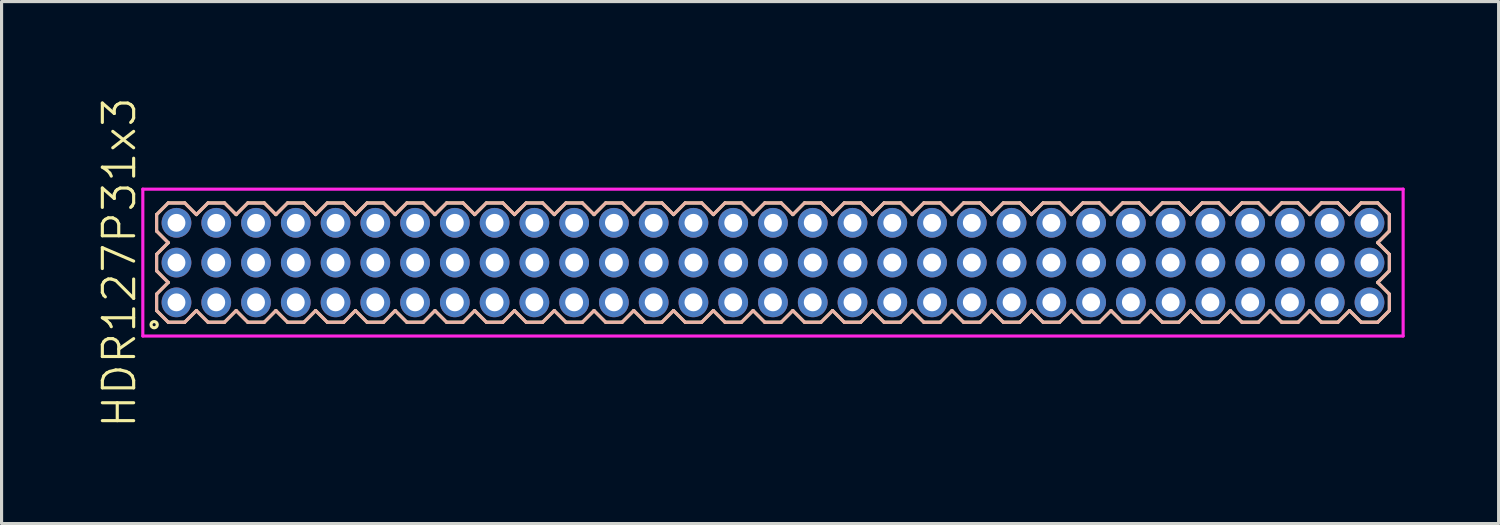
<source format=kicad_pcb>
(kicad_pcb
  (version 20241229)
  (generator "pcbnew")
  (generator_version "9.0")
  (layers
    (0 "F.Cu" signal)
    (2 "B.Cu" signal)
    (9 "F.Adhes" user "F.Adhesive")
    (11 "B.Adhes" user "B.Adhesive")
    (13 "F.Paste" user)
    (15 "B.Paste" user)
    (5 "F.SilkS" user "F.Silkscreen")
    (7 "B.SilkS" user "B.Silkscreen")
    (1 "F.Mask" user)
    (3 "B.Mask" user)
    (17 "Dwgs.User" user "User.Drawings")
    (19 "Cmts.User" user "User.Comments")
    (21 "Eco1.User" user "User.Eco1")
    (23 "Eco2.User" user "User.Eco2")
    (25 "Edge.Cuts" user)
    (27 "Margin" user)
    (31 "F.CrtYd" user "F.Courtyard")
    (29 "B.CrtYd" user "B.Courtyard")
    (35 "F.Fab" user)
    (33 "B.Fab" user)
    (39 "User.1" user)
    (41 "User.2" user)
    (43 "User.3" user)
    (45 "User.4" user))
  (footprint "HDR127P31x3"
    (layer "F.Cu")
    (at 21.636 5.336)
    (property "Reference" "HDR127P31x3" (at -20.875 0 90) (layer "F.SilkS") (effects (font (size 1 1) (thickness 0.1))))
    (attr through_hole)
    (fp_line (start -19.685 -1.533) (end -19.313 -1.905) (stroke (width 0.1) (type solid)) (layer "F.SilkS"))
    (fp_line (start -19.685 -1.007) (end -19.685 -1.533) (stroke (width 0.1) (type solid)) (layer "F.SilkS"))
    (fp_line (start -19.685 -0.263) (end -19.313 -0.635) (stroke (width 0.1) (type solid)) (layer "F.SilkS"))
    (fp_line (start -19.685 0.263) (end -19.685 -0.263) (stroke (width 0.1) (type solid)) (layer "F.SilkS"))
    (fp_line (start -19.685 1.007) (end -19.313 0.635) (stroke (width 0.1) (type solid)) (layer "F.SilkS"))
    (fp_line (start -19.685 1.533) (end -19.685 1.007) (stroke (width 0.1) (type solid)) (layer "F.SilkS"))
    (fp_line (start -19.313 -1.905) (end -18.787 -1.905) (stroke (width 0.1) (type solid)) (layer "F.SilkS"))
    (fp_line (start -19.313 -0.635) (end -19.685 -1.007) (stroke (width 0.1) (type solid)) (layer "F.SilkS"))
    (fp_line (start -19.313 0.635) (end -19.685 0.263) (stroke (width 0.1) (type solid)) (layer "F.SilkS"))
    (fp_line (start -19.313 1.905) (end -19.685 1.533) (stroke (width 0.1) (type solid)) (layer "F.SilkS"))
    (fp_line (start -18.787 -1.905) (end -18.415 -1.533) (stroke (width 0.1) (type solid)) (layer "F.SilkS"))
    (fp_line (start -18.787 1.905) (end -19.313 1.905) (stroke (width 0.1) (type solid)) (layer "F.SilkS"))
    (fp_line (start -18.415 -1.533) (end -18.043 -1.905) (stroke (width 0.1) (type solid)) (layer "F.SilkS"))
    (fp_line (start -18.415 1.533) (end -18.787 1.905) (stroke (width 0.1) (type solid)) (layer "F.SilkS"))
    (fp_line (start -18.043 -1.905) (end -17.517 -1.905) (stroke (width 0.1) (type solid)) (layer "F.SilkS"))
    (fp_line (start -18.043 1.905) (end -18.415 1.533) (stroke (width 0.1) (type solid)) (layer "F.SilkS"))
    (fp_line (start -17.517 -1.905) (end -17.145 -1.533) (stroke (width 0.1) (type solid)) (layer "F.SilkS"))
    (fp_line (start -17.517 1.905) (end -18.043 1.905) (stroke (width 0.1) (type solid)) (layer "F.SilkS"))
    (fp_line (start -17.145 -1.533) (end -16.773 -1.905) (stroke (width 0.1) (type solid)) (layer "F.SilkS"))
    (fp_line (start -17.145 1.533) (end -17.517 1.905) (stroke (width 0.1) (type solid)) (layer "F.SilkS"))
    (fp_line (start -16.773 -1.905) (end -16.247 -1.905) (stroke (width 0.1) (type solid)) (layer "F.SilkS"))
    (fp_line (start -16.773 1.905) (end -17.145 1.533) (stroke (width 0.1) (type solid)) (layer "F.SilkS"))
    (fp_line (start -16.247 -1.905) (end -15.875 -1.533) (stroke (width 0.1) (type solid)) (layer "F.SilkS"))
    (fp_line (start -16.247 1.905) (end -16.773 1.905) (stroke (width 0.1) (type solid)) (layer "F.SilkS"))
    (fp_line (start -15.875 -1.533) (end -15.503 -1.905) (stroke (width 0.1) (type solid)) (layer "F.SilkS"))
    (fp_line (start -15.875 1.533) (end -16.247 1.905) (stroke (width 0.1) (type solid)) (layer "F.SilkS"))
    (fp_line (start -15.503 -1.905) (end -14.977 -1.905) (stroke (width 0.1) (type solid)) (layer "F.SilkS"))
    (fp_line (start -15.503 1.905) (end -15.875 1.533) (stroke (width 0.1) (type solid)) (layer "F.SilkS"))
    (fp_line (start -14.977 -1.905) (end -14.605 -1.533) (stroke (width 0.1) (type solid)) (layer "F.SilkS"))
    (fp_line (start -14.977 1.905) (end -15.503 1.905) (stroke (width 0.1) (type solid)) (layer "F.SilkS"))
    (fp_line (start -14.605 -1.533) (end -14.233 -1.905) (stroke (width 0.1) (type solid)) (layer "F.SilkS"))
    (fp_line (start -14.605 1.533) (end -14.977 1.905) (stroke (width 0.1) (type solid)) (layer "F.SilkS"))
    (fp_line (start -14.233 -1.905) (end -13.707 -1.905) (stroke (width 0.1) (type solid)) (layer "F.SilkS"))
    (fp_line (start -14.233 1.905) (end -14.605 1.533) (stroke (width 0.1) (type solid)) (layer "F.SilkS"))
    (fp_line (start -13.707 -1.905) (end -13.335 -1.533) (stroke (width 0.1) (type solid)) (layer "F.SilkS"))
    (fp_line (start -13.707 1.905) (end -14.233 1.905) (stroke (width 0.1) (type solid)) (layer "F.SilkS"))
    (fp_line (start -13.335 -1.533) (end -12.963 -1.905) (stroke (width 0.1) (type solid)) (layer "F.SilkS"))
    (fp_line (start -13.335 1.533) (end -13.707 1.905) (stroke (width 0.1) (type solid)) (layer "F.SilkS"))
    (fp_line (start -12.963 -1.905) (end -12.437 -1.905) (stroke (width 0.1) (type solid)) (layer "F.SilkS"))
    (fp_line (start -12.963 1.905) (end -13.335 1.533) (stroke (width 0.1) (type solid)) (layer "F.SilkS"))
    (fp_line (start -12.437 -1.905) (end -12.065 -1.533) (stroke (width 0.1) (type solid)) (layer "F.SilkS"))
    (fp_line (start -12.437 1.905) (end -12.963 1.905) (stroke (width 0.1) (type solid)) (layer "F.SilkS"))
    (fp_line (start -12.065 -1.533) (end -11.693 -1.905) (stroke (width 0.1) (type solid)) (layer "F.SilkS"))
    (fp_line (start -12.065 1.533) (end -12.437 1.905) (stroke (width 0.1) (type solid)) (layer "F.SilkS"))
    (fp_line (start -11.693 -1.905) (end -11.167 -1.905) (stroke (width 0.1) (type solid)) (layer "F.SilkS"))
    (fp_line (start -11.693 1.905) (end -12.065 1.533) (stroke (width 0.1) (type solid)) (layer "F.SilkS"))
    (fp_line (start -11.167 -1.905) (end -10.795 -1.533) (stroke (width 0.1) (type solid)) (layer "F.SilkS"))
    (fp_line (start -11.167 1.905) (end -11.693 1.905) (stroke (width 0.1) (type solid)) (layer "F.SilkS"))
    (fp_line (start -10.795 -1.533) (end -10.423 -1.905) (stroke (width 0.1) (type solid)) (layer "F.SilkS"))
    (fp_line (start -10.795 1.533) (end -11.167 1.905) (stroke (width 0.1) (type solid)) (layer "F.SilkS"))
    (fp_line (start -10.423 -1.905) (end -9.897 -1.905) (stroke (width 0.1) (type solid)) (layer "F.SilkS"))
    (fp_line (start -10.423 1.905) (end -10.795 1.533) (stroke (width 0.1) (type solid)) (layer "F.SilkS"))
    (fp_line (start -9.897 -1.905) (end -9.525 -1.533) (stroke (width 0.1) (type solid)) (layer "F.SilkS"))
    (fp_line (start -9.897 1.905) (end -10.423 1.905) (stroke (width 0.1) (type solid)) (layer "F.SilkS"))
    (fp_line (start -9.525 -1.533) (end -9.153 -1.905) (stroke (width 0.1) (type solid)) (layer "F.SilkS"))
    (fp_line (start -9.525 1.533) (end -9.897 1.905) (stroke (width 0.1) (type solid)) (layer "F.SilkS"))
    (fp_line (start -9.153 -1.905) (end -8.627 -1.905) (stroke (width 0.1) (type solid)) (layer "F.SilkS"))
    (fp_line (start -9.153 1.905) (end -9.525 1.533) (stroke (width 0.1) (type solid)) (layer "F.SilkS"))
    (fp_line (start -8.627 -1.905) (end -8.255 -1.533) (stroke (width 0.1) (type solid)) (layer "F.SilkS"))
    (fp_line (start -8.627 1.905) (end -9.153 1.905) (stroke (width 0.1) (type solid)) (layer "F.SilkS"))
    (fp_line (start -8.255 -1.533) (end -7.883 -1.905) (stroke (width 0.1) (type solid)) (layer "F.SilkS"))
    (fp_line (start -8.255 1.533) (end -8.627 1.905) (stroke (width 0.1) (type solid)) (layer "F.SilkS"))
    (fp_line (start -7.883 -1.905) (end -7.357 -1.905) (stroke (width 0.1) (type solid)) (layer "F.SilkS"))
    (fp_line (start -7.883 1.905) (end -8.255 1.533) (stroke (width 0.1) (type solid)) (layer "F.SilkS"))
    (fp_line (start -7.357 -1.905) (end -6.985 -1.533) (stroke (width 0.1) (type solid)) (layer "F.SilkS"))
    (fp_line (start -7.357 1.905) (end -7.883 1.905) (stroke (width 0.1) (type solid)) (layer "F.SilkS"))
    (fp_line (start -6.985 -1.533) (end -6.613 -1.905) (stroke (width 0.1) (type solid)) (layer "F.SilkS"))
    (fp_line (start -6.985 1.533) (end -7.357 1.905) (stroke (width 0.1) (type solid)) (layer "F.SilkS"))
    (fp_line (start -6.613 -1.905) (end -6.087 -1.905) (stroke (width 0.1) (type solid)) (layer "F.SilkS"))
    (fp_line (start -6.613 1.905) (end -6.985 1.533) (stroke (width 0.1) (type solid)) (layer "F.SilkS"))
    (fp_line (start -6.087 -1.905) (end -5.715 -1.533) (stroke (width 0.1) (type solid)) (layer "F.SilkS"))
    (fp_line (start -6.087 1.905) (end -6.613 1.905) (stroke (width 0.1) (type solid)) (layer "F.SilkS"))
    (fp_line (start -5.715 -1.533) (end -5.343 -1.905) (stroke (width 0.1) (type solid)) (layer "F.SilkS"))
    (fp_line (start -5.715 1.533) (end -6.087 1.905) (stroke (width 0.1) (type solid)) (layer "F.SilkS"))
    (fp_line (start -5.343 -1.905) (end -4.817 -1.905) (stroke (width 0.1) (type solid)) (layer "F.SilkS"))
    (fp_line (start -5.343 1.905) (end -5.715 1.533) (stroke (width 0.1) (type solid)) (layer "F.SilkS"))
    (fp_line (start -4.817 -1.905) (end -4.445 -1.533) (stroke (width 0.1) (type solid)) (layer "F.SilkS"))
    (fp_line (start -4.817 1.905) (end -5.343 1.905) (stroke (width 0.1) (type solid)) (layer "F.SilkS"))
    (fp_line (start -4.445 -1.533) (end -4.073 -1.905) (stroke (width 0.1) (type solid)) (layer "F.SilkS"))
    (fp_line (start -4.445 1.533) (end -4.817 1.905) (stroke (width 0.1) (type solid)) (layer "F.SilkS"))
    (fp_line (start -4.073 -1.905) (end -3.547 -1.905) (stroke (width 0.1) (type solid)) (layer "F.SilkS"))
    (fp_line (start -4.073 1.905) (end -4.445 1.533) (stroke (width 0.1) (type solid)) (layer "F.SilkS"))
    (fp_line (start -3.547 -1.905) (end -3.175 -1.533) (stroke (width 0.1) (type solid)) (layer "F.SilkS"))
    (fp_line (start -3.547 1.905) (end -4.073 1.905) (stroke (width 0.1) (type solid)) (layer "F.SilkS"))
    (fp_line (start -3.175 -1.533) (end -2.803 -1.905) (stroke (width 0.1) (type solid)) (layer "F.SilkS"))
    (fp_line (start -3.175 1.533) (end -3.547 1.905) (stroke (width 0.1) (type solid)) (layer "F.SilkS"))
    (fp_line (start -2.803 -1.905) (end -2.277 -1.905) (stroke (width 0.1) (type solid)) (layer "F.SilkS"))
    (fp_line (start -2.803 1.905) (end -3.175 1.533) (stroke (width 0.1) (type solid)) (layer "F.SilkS"))
    (fp_line (start -2.277 -1.905) (end -1.905 -1.533) (stroke (width 0.1) (type solid)) (layer "F.SilkS"))
    (fp_line (start -2.277 1.905) (end -2.803 1.905) (stroke (width 0.1) (type solid)) (layer "F.SilkS"))
    (fp_line (start -1.905 -1.533) (end -1.533 -1.905) (stroke (width 0.1) (type solid)) (layer "F.SilkS"))
    (fp_line (start -1.905 1.533) (end -2.277 1.905) (stroke (width 0.1) (type solid)) (layer "F.SilkS"))
    (fp_line (start -1.533 -1.905) (end -1.007 -1.905) (stroke (width 0.1) (type solid)) (layer "F.SilkS"))
    (fp_line (start -1.533 1.905) (end -1.905 1.533) (stroke (width 0.1) (type solid)) (layer "F.SilkS"))
    (fp_line (start -1.007 -1.905) (end -0.635 -1.533) (stroke (width 0.1) (type solid)) (layer "F.SilkS"))
    (fp_line (start -1.007 1.905) (end -1.533 1.905) (stroke (width 0.1) (type solid)) (layer "F.SilkS"))
    (fp_line (start -0.635 -1.533) (end -0.263 -1.905) (stroke (width 0.1) (type solid)) (layer "F.SilkS"))
    (fp_line (start -0.635 1.533) (end -1.007 1.905) (stroke (width 0.1) (type solid)) (layer "F.SilkS"))
    (fp_line (start -0.263 -1.905) (end 0.263 -1.905) (stroke (width 0.1) (type solid)) (layer "F.SilkS"))
    (fp_line (start -0.263 1.905) (end -0.635 1.533) (stroke (width 0.1) (type solid)) (layer "F.SilkS"))
    (fp_line (start 0.263 -1.905) (end 0.635 -1.533) (stroke (width 0.1) (type solid)) (layer "F.SilkS"))
    (fp_line (start 0.263 1.905) (end -0.263 1.905) (stroke (width 0.1) (type solid)) (layer "F.SilkS"))
    (fp_line (start 0.635 -1.533) (end 1.007 -1.905) (stroke (width 0.1) (type solid)) (layer "F.SilkS"))
    (fp_line (start 0.635 1.533) (end 0.263 1.905) (stroke (width 0.1) (type solid)) (layer "F.SilkS"))
    (fp_line (start 1.007 -1.905) (end 1.533 -1.905) (stroke (width 0.1) (type solid)) (layer "F.SilkS"))
    (fp_line (start 1.007 1.905) (end 0.635 1.533) (stroke (width 0.1) (type solid)) (layer "F.SilkS"))
    (fp_line (start 1.533 -1.905) (end 1.905 -1.533) (stroke (width 0.1) (type solid)) (layer "F.SilkS"))
    (fp_line (start 1.533 1.905) (end 1.007 1.905) (stroke (width 0.1) (type solid)) (layer "F.SilkS"))
    (fp_line (start 1.905 -1.533) (end 2.277 -1.905) (stroke (width 0.1) (type solid)) (layer "F.SilkS"))
    (fp_line (start 1.905 1.533) (end 1.533 1.905) (stroke (width 0.1) (type solid)) (layer "F.SilkS"))
    (fp_line (start 2.277 -1.905) (end 2.803 -1.905) (stroke (width 0.1) (type solid)) (layer "F.SilkS"))
    (fp_line (start 2.277 1.905) (end 1.905 1.533) (stroke (width 0.1) (type solid)) (layer "F.SilkS"))
    (fp_line (start 2.803 -1.905) (end 3.175 -1.533) (stroke (width 0.1) (type solid)) (layer "F.SilkS"))
    (fp_line (start 2.803 1.905) (end 2.277 1.905) (stroke (width 0.1) (type solid)) (layer "F.SilkS"))
    (fp_line (start 3.175 -1.533) (end 3.547 -1.905) (stroke (width 0.1) (type solid)) (layer "F.SilkS"))
    (fp_line (start 3.175 1.533) (end 2.803 1.905) (stroke (width 0.1) (type solid)) (layer "F.SilkS"))
    (fp_line (start 3.547 -1.905) (end 4.073 -1.905) (stroke (width 0.1) (type solid)) (layer "F.SilkS"))
    (fp_line (start 3.547 1.905) (end 3.175 1.533) (stroke (width 0.1) (type solid)) (layer "F.SilkS"))
    (fp_line (start 4.073 -1.905) (end 4.445 -1.533) (stroke (width 0.1) (type solid)) (layer "F.SilkS"))
    (fp_line (start 4.073 1.905) (end 3.547 1.905) (stroke (width 0.1) (type solid)) (layer "F.SilkS"))
    (fp_line (start 4.445 -1.533) (end 4.817 -1.905) (stroke (width 0.1) (type solid)) (layer "F.SilkS"))
    (fp_line (start 4.445 1.533) (end 4.073 1.905) (stroke (width 0.1) (type solid)) (layer "F.SilkS"))
    (fp_line (start 4.817 -1.905) (end 5.343 -1.905) (stroke (width 0.1) (type solid)) (layer "F.SilkS"))
    (fp_line (start 4.817 1.905) (end 4.445 1.533) (stroke (width 0.1) (type solid)) (layer "F.SilkS"))
    (fp_line (start 5.343 -1.905) (end 5.715 -1.533) (stroke (width 0.1) (type solid)) (layer "F.SilkS"))
    (fp_line (start 5.343 1.905) (end 4.817 1.905) (stroke (width 0.1) (type solid)) (layer "F.SilkS"))
    (fp_line (start 5.715 -1.533) (end 6.087 -1.905) (stroke (width 0.1) (type solid)) (layer "F.SilkS"))
    (fp_line (start 5.715 1.533) (end 5.343 1.905) (stroke (width 0.1) (type solid)) (layer "F.SilkS"))
    (fp_line (start 6.087 -1.905) (end 6.613 -1.905) (stroke (width 0.1) (type solid)) (layer "F.SilkS"))
    (fp_line (start 6.087 1.905) (end 5.715 1.533) (stroke (width 0.1) (type solid)) (layer "F.SilkS"))
    (fp_line (start 6.613 -1.905) (end 6.985 -1.533) (stroke (width 0.1) (type solid)) (layer "F.SilkS"))
    (fp_line (start 6.613 1.905) (end 6.087 1.905) (stroke (width 0.1) (type solid)) (layer "F.SilkS"))
    (fp_line (start 6.985 -1.533) (end 7.357 -1.905) (stroke (width 0.1) (type solid)) (layer "F.SilkS"))
    (fp_line (start 6.985 1.533) (end 6.613 1.905) (stroke (width 0.1) (type solid)) (layer "F.SilkS"))
    (fp_line (start 7.357 -1.905) (end 7.883 -1.905) (stroke (width 0.1) (type solid)) (layer "F.SilkS"))
    (fp_line (start 7.357 1.905) (end 6.985 1.533) (stroke (width 0.1) (type solid)) (layer "F.SilkS"))
    (fp_line (start 7.883 -1.905) (end 8.255 -1.533) (stroke (width 0.1) (type solid)) (layer "F.SilkS"))
    (fp_line (start 7.883 1.905) (end 7.357 1.905) (stroke (width 0.1) (type solid)) (layer "F.SilkS"))
    (fp_line (start 8.255 -1.533) (end 8.627 -1.905) (stroke (width 0.1) (type solid)) (layer "F.SilkS"))
    (fp_line (start 8.255 1.533) (end 7.883 1.905) (stroke (width 0.1) (type solid)) (layer "F.SilkS"))
    (fp_line (start 8.627 -1.905) (end 9.153 -1.905) (stroke (width 0.1) (type solid)) (layer "F.SilkS"))
    (fp_line (start 8.627 1.905) (end 8.255 1.533) (stroke (width 0.1) (type solid)) (layer "F.SilkS"))
    (fp_line (start 9.153 -1.905) (end 9.525 -1.533) (stroke (width 0.1) (type solid)) (layer "F.SilkS"))
    (fp_line (start 9.153 1.905) (end 8.627 1.905) (stroke (width 0.1) (type solid)) (layer "F.SilkS"))
    (fp_line (start 9.525 -1.533) (end 9.897 -1.905) (stroke (width 0.1) (type solid)) (layer "F.SilkS"))
    (fp_line (start 9.525 1.533) (end 9.153 1.905) (stroke (width 0.1) (type solid)) (layer "F.SilkS"))
    (fp_line (start 9.897 -1.905) (end 10.423 -1.905) (stroke (width 0.1) (type solid)) (layer "F.SilkS"))
    (fp_line (start 9.897 1.905) (end 9.525 1.533) (stroke (width 0.1) (type solid)) (layer "F.SilkS"))
    (fp_line (start 10.423 -1.905) (end 10.795 -1.533) (stroke (width 0.1) (type solid)) (layer "F.SilkS"))
    (fp_line (start 10.423 1.905) (end 9.897 1.905) (stroke (width 0.1) (type solid)) (layer "F.SilkS"))
    (fp_line (start 10.795 -1.533) (end 11.167 -1.905) (stroke (width 0.1) (type solid)) (layer "F.SilkS"))
    (fp_line (start 10.795 1.533) (end 10.423 1.905) (stroke (width 0.1) (type solid)) (layer "F.SilkS"))
    (fp_line (start 11.167 -1.905) (end 11.693 -1.905) (stroke (width 0.1) (type solid)) (layer "F.SilkS"))
    (fp_line (start 11.167 1.905) (end 10.795 1.533) (stroke (width 0.1) (type solid)) (layer "F.SilkS"))
    (fp_line (start 11.693 -1.905) (end 12.065 -1.533) (stroke (width 0.1) (type solid)) (layer "F.SilkS"))
    (fp_line (start 11.693 1.905) (end 11.167 1.905) (stroke (width 0.1) (type solid)) (layer "F.SilkS"))
    (fp_line (start 12.065 -1.533) (end 12.437 -1.905) (stroke (width 0.1) (type solid)) (layer "F.SilkS"))
    (fp_line (start 12.065 1.533) (end 11.693 1.905) (stroke (width 0.1) (type solid)) (layer "F.SilkS"))
    (fp_line (start 12.437 -1.905) (end 12.963 -1.905) (stroke (width 0.1) (type solid)) (layer "F.SilkS"))
    (fp_line (start 12.437 1.905) (end 12.065 1.533) (stroke (width 0.1) (type solid)) (layer "F.SilkS"))
    (fp_line (start 12.963 -1.905) (end 13.335 -1.533) (stroke (width 0.1) (type solid)) (layer "F.SilkS"))
    (fp_line (start 12.963 1.905) (end 12.437 1.905) (stroke (width 0.1) (type solid)) (layer "F.SilkS"))
    (fp_line (start 13.335 -1.533) (end 13.707 -1.905) (stroke (width 0.1) (type solid)) (layer "F.SilkS"))
    (fp_line (start 13.335 1.533) (end 12.963 1.905) (stroke (width 0.1) (type solid)) (layer "F.SilkS"))
    (fp_line (start 13.707 -1.905) (end 14.233 -1.905) (stroke (width 0.1) (type solid)) (layer "F.SilkS"))
    (fp_line (start 13.707 1.905) (end 13.335 1.533) (stroke (width 0.1) (type solid)) (layer "F.SilkS"))
    (fp_line (start 14.233 -1.905) (end 14.605 -1.533) (stroke (width 0.1) (type solid)) (layer "F.SilkS"))
    (fp_line (start 14.233 1.905) (end 13.707 1.905) (stroke (width 0.1) (type solid)) (layer "F.SilkS"))
    (fp_line (start 14.605 -1.533) (end 14.977 -1.905) (stroke (width 0.1) (type solid)) (layer "F.SilkS"))
    (fp_line (start 14.605 1.533) (end 14.233 1.905) (stroke (width 0.1) (type solid)) (layer "F.SilkS"))
    (fp_line (start 14.977 -1.905) (end 15.503 -1.905) (stroke (width 0.1) (type solid)) (layer "F.SilkS"))
    (fp_line (start 14.977 1.905) (end 14.605 1.533) (stroke (width 0.1) (type solid)) (layer "F.SilkS"))
    (fp_line (start 15.503 -1.905) (end 15.875 -1.533) (stroke (width 0.1) (type solid)) (layer "F.SilkS"))
    (fp_line (start 15.503 1.905) (end 14.977 1.905) (stroke (width 0.1) (type solid)) (layer "F.SilkS"))
    (fp_line (start 15.875 -1.533) (end 16.247 -1.905) (stroke (width 0.1) (type solid)) (layer "F.SilkS"))
    (fp_line (start 15.875 1.533) (end 15.503 1.905) (stroke (width 0.1) (type solid)) (layer "F.SilkS"))
    (fp_line (start 16.247 -1.905) (end 16.773 -1.905) (stroke (width 0.1) (type solid)) (layer "F.SilkS"))
    (fp_line (start 16.247 1.905) (end 15.875 1.533) (stroke (width 0.1) (type solid)) (layer "F.SilkS"))
    (fp_line (start 16.773 -1.905) (end 17.145 -1.533) (stroke (width 0.1) (type solid)) (layer "F.SilkS"))
    (fp_line (start 16.773 1.905) (end 16.247 1.905) (stroke (width 0.1) (type solid)) (layer "F.SilkS"))
    (fp_line (start 17.145 -1.533) (end 17.517 -1.905) (stroke (width 0.1) (type solid)) (layer "F.SilkS"))
    (fp_line (start 17.145 1.533) (end 16.773 1.905) (stroke (width 0.1) (type solid)) (layer "F.SilkS"))
    (fp_line (start 17.517 -1.905) (end 18.043 -1.905) (stroke (width 0.1) (type solid)) (layer "F.SilkS"))
    (fp_line (start 17.517 1.905) (end 17.145 1.533) (stroke (width 0.1) (type solid)) (layer "F.SilkS"))
    (fp_line (start 18.043 -1.905) (end 18.415 -1.533) (stroke (width 0.1) (type solid)) (layer "F.SilkS"))
    (fp_line (start 18.043 1.905) (end 17.517 1.905) (stroke (width 0.1) (type solid)) (layer "F.SilkS"))
    (fp_line (start 18.415 -1.533) (end 18.787 -1.905) (stroke (width 0.1) (type solid)) (layer "F.SilkS"))
    (fp_line (start 18.415 1.533) (end 18.043 1.905) (stroke (width 0.1) (type solid)) (layer "F.SilkS"))
    (fp_line (start 18.787 -1.905) (end 19.313 -1.905) (stroke (width 0.1) (type solid)) (layer "F.SilkS"))
    (fp_line (start 18.787 1.905) (end 18.415 1.533) (stroke (width 0.1) (type solid)) (layer "F.SilkS"))
    (fp_line (start 19.313 -1.905) (end 19.685 -1.533) (stroke (width 0.1) (type solid)) (layer "F.SilkS"))
    (fp_line (start 19.313 -0.635) (end 19.685 -0.263) (stroke (width 0.1) (type solid)) (layer "F.SilkS"))
    (fp_line (start 19.313 0.635) (end 19.685 1.007) (stroke (width 0.1) (type solid)) (layer "F.SilkS"))
    (fp_line (start 19.313 1.905) (end 18.787 1.905) (stroke (width 0.1) (type solid)) (layer "F.SilkS"))
    (fp_line (start 19.685 -1.533) (end 19.685 -1.007) (stroke (width 0.1) (type solid)) (layer "F.SilkS"))
    (fp_line (start 19.685 -1.007) (end 19.313 -0.635) (stroke (width 0.1) (type solid)) (layer "F.SilkS"))
    (fp_line (start 19.685 -0.263) (end 19.685 0.263) (stroke (width 0.1) (type solid)) (layer "F.SilkS"))
    (fp_line (start 19.685 0.263) (end 19.313 0.635) (stroke (width 0.1) (type solid)) (layer "F.SilkS"))
    (fp_line (start 19.685 1.007) (end 19.685 1.533) (stroke (width 0.1) (type solid)) (layer "F.SilkS"))
    (fp_line (start 19.685 1.533) (end 19.313 1.905) (stroke (width 0.1) (type solid)) (layer "F.SilkS"))
    (fp_circle (center -19.763 1.983) (end -19.663 1.983) (stroke (width 0.1) (type solid)) (fill no) (layer "F.SilkS"))
    (fp_line (start -19.685 -1.533) (end -19.313 -1.905) (stroke (width 0.1) (type solid)) (layer "B.SilkS"))
    (fp_line (start -19.685 -1.007) (end -19.685 -1.533) (stroke (width 0.1) (type solid)) (layer "B.SilkS"))
    (fp_line (start -19.685 -0.263) (end -19.313 -0.635) (stroke (width 0.1) (type solid)) (layer "B.SilkS"))
    (fp_line (start -19.685 0.263) (end -19.685 -0.263) (stroke (width 0.1) (type solid)) (layer "B.SilkS"))
    (fp_line (start -19.685 1.007) (end -19.313 0.635) (stroke (width 0.1) (type solid)) (layer "B.SilkS"))
    (fp_line (start -19.685 1.533) (end -19.685 1.007) (stroke (width 0.1) (type solid)) (layer "B.SilkS"))
    (fp_line (start -19.313 -1.905) (end -18.787 -1.905) (stroke (width 0.1) (type solid)) (layer "B.SilkS"))
    (fp_line (start -19.313 -0.635) (end -19.685 -1.007) (stroke (width 0.1) (type solid)) (layer "B.SilkS"))
    (fp_line (start -19.313 0.635) (end -19.685 0.263) (stroke (width 0.1) (type solid)) (layer "B.SilkS"))
    (fp_line (start -19.313 1.905) (end -19.685 1.533) (stroke (width 0.1) (type solid)) (layer "B.SilkS"))
    (fp_line (start -18.787 -1.905) (end -18.415 -1.533) (stroke (width 0.1) (type solid)) (layer "B.SilkS"))
    (fp_line (start -18.787 1.905) (end -19.313 1.905) (stroke (width 0.1) (type solid)) (layer "B.SilkS"))
    (fp_line (start -18.415 -1.533) (end -18.043 -1.905) (stroke (width 0.1) (type solid)) (layer "B.SilkS"))
    (fp_line (start -18.415 1.533) (end -18.787 1.905) (stroke (width 0.1) (type solid)) (layer "B.SilkS"))
    (fp_line (start -18.043 -1.905) (end -17.517 -1.905) (stroke (width 0.1) (type solid)) (layer "B.SilkS"))
    (fp_line (start -18.043 1.905) (end -18.415 1.533) (stroke (width 0.1) (type solid)) (layer "B.SilkS"))
    (fp_line (start -17.517 -1.905) (end -17.145 -1.533) (stroke (width 0.1) (type solid)) (layer "B.SilkS"))
    (fp_line (start -17.517 1.905) (end -18.043 1.905) (stroke (width 0.1) (type solid)) (layer "B.SilkS"))
    (fp_line (start -17.145 -1.533) (end -16.773 -1.905) (stroke (width 0.1) (type solid)) (layer "B.SilkS"))
    (fp_line (start -17.145 1.533) (end -17.517 1.905) (stroke (width 0.1) (type solid)) (layer "B.SilkS"))
    (fp_line (start -16.773 -1.905) (end -16.247 -1.905) (stroke (width 0.1) (type solid)) (layer "B.SilkS"))
    (fp_line (start -16.773 1.905) (end -17.145 1.533) (stroke (width 0.1) (type solid)) (layer "B.SilkS"))
    (fp_line (start -16.247 -1.905) (end -15.875 -1.533) (stroke (width 0.1) (type solid)) (layer "B.SilkS"))
    (fp_line (start -16.247 1.905) (end -16.773 1.905) (stroke (width 0.1) (type solid)) (layer "B.SilkS"))
    (fp_line (start -15.875 -1.533) (end -15.503 -1.905) (stroke (width 0.1) (type solid)) (layer "B.SilkS"))
    (fp_line (start -15.875 1.533) (end -16.247 1.905) (stroke (width 0.1) (type solid)) (layer "B.SilkS"))
    (fp_line (start -15.503 -1.905) (end -14.977 -1.905) (stroke (width 0.1) (type solid)) (layer "B.SilkS"))
    (fp_line (start -15.503 1.905) (end -15.875 1.533) (stroke (width 0.1) (type solid)) (layer "B.SilkS"))
    (fp_line (start -14.977 -1.905) (end -14.605 -1.533) (stroke (width 0.1) (type solid)) (layer "B.SilkS"))
    (fp_line (start -14.977 1.905) (end -15.503 1.905) (stroke (width 0.1) (type solid)) (layer "B.SilkS"))
    (fp_line (start -14.605 -1.533) (end -14.233 -1.905) (stroke (width 0.1) (type solid)) (layer "B.SilkS"))
    (fp_line (start -14.605 1.533) (end -14.977 1.905) (stroke (width 0.1) (type solid)) (layer "B.SilkS"))
    (fp_line (start -14.233 -1.905) (end -13.707 -1.905) (stroke (width 0.1) (type solid)) (layer "B.SilkS"))
    (fp_line (start -14.233 1.905) (end -14.605 1.533) (stroke (width 0.1) (type solid)) (layer "B.SilkS"))
    (fp_line (start -13.707 -1.905) (end -13.335 -1.533) (stroke (width 0.1) (type solid)) (layer "B.SilkS"))
    (fp_line (start -13.707 1.905) (end -14.233 1.905) (stroke (width 0.1) (type solid)) (layer "B.SilkS"))
    (fp_line (start -13.335 -1.533) (end -12.963 -1.905) (stroke (width 0.1) (type solid)) (layer "B.SilkS"))
    (fp_line (start -13.335 1.533) (end -13.707 1.905) (stroke (width 0.1) (type solid)) (layer "B.SilkS"))
    (fp_line (start -12.963 -1.905) (end -12.437 -1.905) (stroke (width 0.1) (type solid)) (layer "B.SilkS"))
    (fp_line (start -12.963 1.905) (end -13.335 1.533) (stroke (width 0.1) (type solid)) (layer "B.SilkS"))
    (fp_line (start -12.437 -1.905) (end -12.065 -1.533) (stroke (width 0.1) (type solid)) (layer "B.SilkS"))
    (fp_line (start -12.437 1.905) (end -12.963 1.905) (stroke (width 0.1) (type solid)) (layer "B.SilkS"))
    (fp_line (start -12.065 -1.533) (end -11.693 -1.905) (stroke (width 0.1) (type solid)) (layer "B.SilkS"))
    (fp_line (start -12.065 1.533) (end -12.437 1.905) (stroke (width 0.1) (type solid)) (layer "B.SilkS"))
    (fp_line (start -11.693 -1.905) (end -11.167 -1.905) (stroke (width 0.1) (type solid)) (layer "B.SilkS"))
    (fp_line (start -11.693 1.905) (end -12.065 1.533) (stroke (width 0.1) (type solid)) (layer "B.SilkS"))
    (fp_line (start -11.167 -1.905) (end -10.795 -1.533) (stroke (width 0.1) (type solid)) (layer "B.SilkS"))
    (fp_line (start -11.167 1.905) (end -11.693 1.905) (stroke (width 0.1) (type solid)) (layer "B.SilkS"))
    (fp_line (start -10.795 -1.533) (end -10.423 -1.905) (stroke (width 0.1) (type solid)) (layer "B.SilkS"))
    (fp_line (start -10.795 1.533) (end -11.167 1.905) (stroke (width 0.1) (type solid)) (layer "B.SilkS"))
    (fp_line (start -10.423 -1.905) (end -9.897 -1.905) (stroke (width 0.1) (type solid)) (layer "B.SilkS"))
    (fp_line (start -10.423 1.905) (end -10.795 1.533) (stroke (width 0.1) (type solid)) (layer "B.SilkS"))
    (fp_line (start -9.897 -1.905) (end -9.525 -1.533) (stroke (width 0.1) (type solid)) (layer "B.SilkS"))
    (fp_line (start -9.897 1.905) (end -10.423 1.905) (stroke (width 0.1) (type solid)) (layer "B.SilkS"))
    (fp_line (start -9.525 -1.533) (end -9.153 -1.905) (stroke (width 0.1) (type solid)) (layer "B.SilkS"))
    (fp_line (start -9.525 1.533) (end -9.897 1.905) (stroke (width 0.1) (type solid)) (layer "B.SilkS"))
    (fp_line (start -9.153 -1.905) (end -8.627 -1.905) (stroke (width 0.1) (type solid)) (layer "B.SilkS"))
    (fp_line (start -9.153 1.905) (end -9.525 1.533) (stroke (width 0.1) (type solid)) (layer "B.SilkS"))
    (fp_line (start -8.627 -1.905) (end -8.255 -1.533) (stroke (width 0.1) (type solid)) (layer "B.SilkS"))
    (fp_line (start -8.627 1.905) (end -9.153 1.905) (stroke (width 0.1) (type solid)) (layer "B.SilkS"))
    (fp_line (start -8.255 -1.533) (end -7.883 -1.905) (stroke (width 0.1) (type solid)) (layer "B.SilkS"))
    (fp_line (start -8.255 1.533) (end -8.627 1.905) (stroke (width 0.1) (type solid)) (layer "B.SilkS"))
    (fp_line (start -7.883 -1.905) (end -7.357 -1.905) (stroke (width 0.1) (type solid)) (layer "B.SilkS"))
    (fp_line (start -7.883 1.905) (end -8.255 1.533) (stroke (width 0.1) (type solid)) (layer "B.SilkS"))
    (fp_line (start -7.357 -1.905) (end -6.985 -1.533) (stroke (width 0.1) (type solid)) (layer "B.SilkS"))
    (fp_line (start -7.357 1.905) (end -7.883 1.905) (stroke (width 0.1) (type solid)) (layer "B.SilkS"))
    (fp_line (start -6.985 -1.533) (end -6.613 -1.905) (stroke (width 0.1) (type solid)) (layer "B.SilkS"))
    (fp_line (start -6.985 1.533) (end -7.357 1.905) (stroke (width 0.1) (type solid)) (layer "B.SilkS"))
    (fp_line (start -6.613 -1.905) (end -6.087 -1.905) (stroke (width 0.1) (type solid)) (layer "B.SilkS"))
    (fp_line (start -6.613 1.905) (end -6.985 1.533) (stroke (width 0.1) (type solid)) (layer "B.SilkS"))
    (fp_line (start -6.087 -1.905) (end -5.715 -1.533) (stroke (width 0.1) (type solid)) (layer "B.SilkS"))
    (fp_line (start -6.087 1.905) (end -6.613 1.905) (stroke (width 0.1) (type solid)) (layer "B.SilkS"))
    (fp_line (start -5.715 -1.533) (end -5.343 -1.905) (stroke (width 0.1) (type solid)) (layer "B.SilkS"))
    (fp_line (start -5.715 1.533) (end -6.087 1.905) (stroke (width 0.1) (type solid)) (layer "B.SilkS"))
    (fp_line (start -5.343 -1.905) (end -4.817 -1.905) (stroke (width 0.1) (type solid)) (layer "B.SilkS"))
    (fp_line (start -5.343 1.905) (end -5.715 1.533) (stroke (width 0.1) (type solid)) (layer "B.SilkS"))
    (fp_line (start -4.817 -1.905) (end -4.445 -1.533) (stroke (width 0.1) (type solid)) (layer "B.SilkS"))
    (fp_line (start -4.817 1.905) (end -5.343 1.905) (stroke (width 0.1) (type solid)) (layer "B.SilkS"))
    (fp_line (start -4.445 -1.533) (end -4.073 -1.905) (stroke (width 0.1) (type solid)) (layer "B.SilkS"))
    (fp_line (start -4.445 1.533) (end -4.817 1.905) (stroke (width 0.1) (type solid)) (layer "B.SilkS"))
    (fp_line (start -4.073 -1.905) (end -3.547 -1.905) (stroke (width 0.1) (type solid)) (layer "B.SilkS"))
    (fp_line (start -4.073 1.905) (end -4.445 1.533) (stroke (width 0.1) (type solid)) (layer "B.SilkS"))
    (fp_line (start -3.547 -1.905) (end -3.175 -1.533) (stroke (width 0.1) (type solid)) (layer "B.SilkS"))
    (fp_line (start -3.547 1.905) (end -4.073 1.905) (stroke (width 0.1) (type solid)) (layer "B.SilkS"))
    (fp_line (start -3.175 -1.533) (end -2.803 -1.905) (stroke (width 0.1) (type solid)) (layer "B.SilkS"))
    (fp_line (start -3.175 1.533) (end -3.547 1.905) (stroke (width 0.1) (type solid)) (layer "B.SilkS"))
    (fp_line (start -2.803 -1.905) (end -2.277 -1.905) (stroke (width 0.1) (type solid)) (layer "B.SilkS"))
    (fp_line (start -2.803 1.905) (end -3.175 1.533) (stroke (width 0.1) (type solid)) (layer "B.SilkS"))
    (fp_line (start -2.277 -1.905) (end -1.905 -1.533) (stroke (width 0.1) (type solid)) (layer "B.SilkS"))
    (fp_line (start -2.277 1.905) (end -2.803 1.905) (stroke (width 0.1) (type solid)) (layer "B.SilkS"))
    (fp_line (start -1.905 -1.533) (end -1.533 -1.905) (stroke (width 0.1) (type solid)) (layer "B.SilkS"))
    (fp_line (start -1.905 1.533) (end -2.277 1.905) (stroke (width 0.1) (type solid)) (layer "B.SilkS"))
    (fp_line (start -1.533 -1.905) (end -1.007 -1.905) (stroke (width 0.1) (type solid)) (layer "B.SilkS"))
    (fp_line (start -1.533 1.905) (end -1.905 1.533) (stroke (width 0.1) (type solid)) (layer "B.SilkS"))
    (fp_line (start -1.007 -1.905) (end -0.635 -1.533) (stroke (width 0.1) (type solid)) (layer "B.SilkS"))
    (fp_line (start -1.007 1.905) (end -1.533 1.905) (stroke (width 0.1) (type solid)) (layer "B.SilkS"))
    (fp_line (start -0.635 -1.533) (end -0.263 -1.905) (stroke (width 0.1) (type solid)) (layer "B.SilkS"))
    (fp_line (start -0.635 1.533) (end -1.007 1.905) (stroke (width 0.1) (type solid)) (layer "B.SilkS"))
    (fp_line (start -0.263 -1.905) (end 0.263 -1.905) (stroke (width 0.1) (type solid)) (layer "B.SilkS"))
    (fp_line (start -0.263 1.905) (end -0.635 1.533) (stroke (width 0.1) (type solid)) (layer "B.SilkS"))
    (fp_line (start 0.263 -1.905) (end 0.635 -1.533) (stroke (width 0.1) (type solid)) (layer "B.SilkS"))
    (fp_line (start 0.263 1.905) (end -0.263 1.905) (stroke (width 0.1) (type solid)) (layer "B.SilkS"))
    (fp_line (start 0.635 -1.533) (end 1.007 -1.905) (stroke (width 0.1) (type solid)) (layer "B.SilkS"))
    (fp_line (start 0.635 1.533) (end 0.263 1.905) (stroke (width 0.1) (type solid)) (layer "B.SilkS"))
    (fp_line (start 1.007 -1.905) (end 1.533 -1.905) (stroke (width 0.1) (type solid)) (layer "B.SilkS"))
    (fp_line (start 1.007 1.905) (end 0.635 1.533) (stroke (width 0.1) (type solid)) (layer "B.SilkS"))
    (fp_line (start 1.533 -1.905) (end 1.905 -1.533) (stroke (width 0.1) (type solid)) (layer "B.SilkS"))
    (fp_line (start 1.533 1.905) (end 1.007 1.905) (stroke (width 0.1) (type solid)) (layer "B.SilkS"))
    (fp_line (start 1.905 -1.533) (end 2.277 -1.905) (stroke (width 0.1) (type solid)) (layer "B.SilkS"))
    (fp_line (start 1.905 1.533) (end 1.533 1.905) (stroke (width 0.1) (type solid)) (layer "B.SilkS"))
    (fp_line (start 2.277 -1.905) (end 2.803 -1.905) (stroke (width 0.1) (type solid)) (layer "B.SilkS"))
    (fp_line (start 2.277 1.905) (end 1.905 1.533) (stroke (width 0.1) (type solid)) (layer "B.SilkS"))
    (fp_line (start 2.803 -1.905) (end 3.175 -1.533) (stroke (width 0.1) (type solid)) (layer "B.SilkS"))
    (fp_line (start 2.803 1.905) (end 2.277 1.905) (stroke (width 0.1) (type solid)) (layer "B.SilkS"))
    (fp_line (start 3.175 -1.533) (end 3.547 -1.905) (stroke (width 0.1) (type solid)) (layer "B.SilkS"))
    (fp_line (start 3.175 1.533) (end 2.803 1.905) (stroke (width 0.1) (type solid)) (layer "B.SilkS"))
    (fp_line (start 3.547 -1.905) (end 4.073 -1.905) (stroke (width 0.1) (type solid)) (layer "B.SilkS"))
    (fp_line (start 3.547 1.905) (end 3.175 1.533) (stroke (width 0.1) (type solid)) (layer "B.SilkS"))
    (fp_line (start 4.073 -1.905) (end 4.445 -1.533) (stroke (width 0.1) (type solid)) (layer "B.SilkS"))
    (fp_line (start 4.073 1.905) (end 3.547 1.905) (stroke (width 0.1) (type solid)) (layer "B.SilkS"))
    (fp_line (start 4.445 -1.533) (end 4.817 -1.905) (stroke (width 0.1) (type solid)) (layer "B.SilkS"))
    (fp_line (start 4.445 1.533) (end 4.073 1.905) (stroke (width 0.1) (type solid)) (layer "B.SilkS"))
    (fp_line (start 4.817 -1.905) (end 5.343 -1.905) (stroke (width 0.1) (type solid)) (layer "B.SilkS"))
    (fp_line (start 4.817 1.905) (end 4.445 1.533) (stroke (width 0.1) (type solid)) (layer "B.SilkS"))
    (fp_line (start 5.343 -1.905) (end 5.715 -1.533) (stroke (width 0.1) (type solid)) (layer "B.SilkS"))
    (fp_line (start 5.343 1.905) (end 4.817 1.905) (stroke (width 0.1) (type solid)) (layer "B.SilkS"))
    (fp_line (start 5.715 -1.533) (end 6.087 -1.905) (stroke (width 0.1) (type solid)) (layer "B.SilkS"))
    (fp_line (start 5.715 1.533) (end 5.343 1.905) (stroke (width 0.1) (type solid)) (layer "B.SilkS"))
    (fp_line (start 6.087 -1.905) (end 6.613 -1.905) (stroke (width 0.1) (type solid)) (layer "B.SilkS"))
    (fp_line (start 6.087 1.905) (end 5.715 1.533) (stroke (width 0.1) (type solid)) (layer "B.SilkS"))
    (fp_line (start 6.613 -1.905) (end 6.985 -1.533) (stroke (width 0.1) (type solid)) (layer "B.SilkS"))
    (fp_line (start 6.613 1.905) (end 6.087 1.905) (stroke (width 0.1) (type solid)) (layer "B.SilkS"))
    (fp_line (start 6.985 -1.533) (end 7.357 -1.905) (stroke (width 0.1) (type solid)) (layer "B.SilkS"))
    (fp_line (start 6.985 1.533) (end 6.613 1.905) (stroke (width 0.1) (type solid)) (layer "B.SilkS"))
    (fp_line (start 7.357 -1.905) (end 7.883 -1.905) (stroke (width 0.1) (type solid)) (layer "B.SilkS"))
    (fp_line (start 7.357 1.905) (end 6.985 1.533) (stroke (width 0.1) (type solid)) (layer "B.SilkS"))
    (fp_line (start 7.883 -1.905) (end 8.255 -1.533) (stroke (width 0.1) (type solid)) (layer "B.SilkS"))
    (fp_line (start 7.883 1.905) (end 7.357 1.905) (stroke (width 0.1) (type solid)) (layer "B.SilkS"))
    (fp_line (start 8.255 -1.533) (end 8.627 -1.905) (stroke (width 0.1) (type solid)) (layer "B.SilkS"))
    (fp_line (start 8.255 1.533) (end 7.883 1.905) (stroke (width 0.1) (type solid)) (layer "B.SilkS"))
    (fp_line (start 8.627 -1.905) (end 9.153 -1.905) (stroke (width 0.1) (type solid)) (layer "B.SilkS"))
    (fp_line (start 8.627 1.905) (end 8.255 1.533) (stroke (width 0.1) (type solid)) (layer "B.SilkS"))
    (fp_line (start 9.153 -1.905) (end 9.525 -1.533) (stroke (width 0.1) (type solid)) (layer "B.SilkS"))
    (fp_line (start 9.153 1.905) (end 8.627 1.905) (stroke (width 0.1) (type solid)) (layer "B.SilkS"))
    (fp_line (start 9.525 -1.533) (end 9.897 -1.905) (stroke (width 0.1) (type solid)) (layer "B.SilkS"))
    (fp_line (start 9.525 1.533) (end 9.153 1.905) (stroke (width 0.1) (type solid)) (layer "B.SilkS"))
    (fp_line (start 9.897 -1.905) (end 10.423 -1.905) (stroke (width 0.1) (type solid)) (layer "B.SilkS"))
    (fp_line (start 9.897 1.905) (end 9.525 1.533) (stroke (width 0.1) (type solid)) (layer "B.SilkS"))
    (fp_line (start 10.423 -1.905) (end 10.795 -1.533) (stroke (width 0.1) (type solid)) (layer "B.SilkS"))
    (fp_line (start 10.423 1.905) (end 9.897 1.905) (stroke (width 0.1) (type solid)) (layer "B.SilkS"))
    (fp_line (start 10.795 -1.533) (end 11.167 -1.905) (stroke (width 0.1) (type solid)) (layer "B.SilkS"))
    (fp_line (start 10.795 1.533) (end 10.423 1.905) (stroke (width 0.1) (type solid)) (layer "B.SilkS"))
    (fp_line (start 11.167 -1.905) (end 11.693 -1.905) (stroke (width 0.1) (type solid)) (layer "B.SilkS"))
    (fp_line (start 11.167 1.905) (end 10.795 1.533) (stroke (width 0.1) (type solid)) (layer "B.SilkS"))
    (fp_line (start 11.693 -1.905) (end 12.065 -1.533) (stroke (width 0.1) (type solid)) (layer "B.SilkS"))
    (fp_line (start 11.693 1.905) (end 11.167 1.905) (stroke (width 0.1) (type solid)) (layer "B.SilkS"))
    (fp_line (start 12.065 -1.533) (end 12.437 -1.905) (stroke (width 0.1) (type solid)) (layer "B.SilkS"))
    (fp_line (start 12.065 1.533) (end 11.693 1.905) (stroke (width 0.1) (type solid)) (layer "B.SilkS"))
    (fp_line (start 12.437 -1.905) (end 12.963 -1.905) (stroke (width 0.1) (type solid)) (layer "B.SilkS"))
    (fp_line (start 12.437 1.905) (end 12.065 1.533) (stroke (width 0.1) (type solid)) (layer "B.SilkS"))
    (fp_line (start 12.963 -1.905) (end 13.335 -1.533) (stroke (width 0.1) (type solid)) (layer "B.SilkS"))
    (fp_line (start 12.963 1.905) (end 12.437 1.905) (stroke (width 0.1) (type solid)) (layer "B.SilkS"))
    (fp_line (start 13.335 -1.533) (end 13.707 -1.905) (stroke (width 0.1) (type solid)) (layer "B.SilkS"))
    (fp_line (start 13.335 1.533) (end 12.963 1.905) (stroke (width 0.1) (type solid)) (layer "B.SilkS"))
    (fp_line (start 13.707 -1.905) (end 14.233 -1.905) (stroke (width 0.1) (type solid)) (layer "B.SilkS"))
    (fp_line (start 13.707 1.905) (end 13.335 1.533) (stroke (width 0.1) (type solid)) (layer "B.SilkS"))
    (fp_line (start 14.233 -1.905) (end 14.605 -1.533) (stroke (width 0.1) (type solid)) (layer "B.SilkS"))
    (fp_line (start 14.233 1.905) (end 13.707 1.905) (stroke (width 0.1) (type solid)) (layer "B.SilkS"))
    (fp_line (start 14.605 -1.533) (end 14.977 -1.905) (stroke (width 0.1) (type solid)) (layer "B.SilkS"))
    (fp_line (start 14.605 1.533) (end 14.233 1.905) (stroke (width 0.1) (type solid)) (layer "B.SilkS"))
    (fp_line (start 14.977 -1.905) (end 15.503 -1.905) (stroke (width 0.1) (type solid)) (layer "B.SilkS"))
    (fp_line (start 14.977 1.905) (end 14.605 1.533) (stroke (width 0.1) (type solid)) (layer "B.SilkS"))
    (fp_line (start 15.503 -1.905) (end 15.875 -1.533) (stroke (width 0.1) (type solid)) (layer "B.SilkS"))
    (fp_line (start 15.503 1.905) (end 14.977 1.905) (stroke (width 0.1) (type solid)) (layer "B.SilkS"))
    (fp_line (start 15.875 -1.533) (end 16.247 -1.905) (stroke (width 0.1) (type solid)) (layer "B.SilkS"))
    (fp_line (start 15.875 1.533) (end 15.503 1.905) (stroke (width 0.1) (type solid)) (layer "B.SilkS"))
    (fp_line (start 16.247 -1.905) (end 16.773 -1.905) (stroke (width 0.1) (type solid)) (layer "B.SilkS"))
    (fp_line (start 16.247 1.905) (end 15.875 1.533) (stroke (width 0.1) (type solid)) (layer "B.SilkS"))
    (fp_line (start 16.773 -1.905) (end 17.145 -1.533) (stroke (width 0.1) (type solid)) (layer "B.SilkS"))
    (fp_line (start 16.773 1.905) (end 16.247 1.905) (stroke (width 0.1) (type solid)) (layer "B.SilkS"))
    (fp_line (start 17.145 -1.533) (end 17.517 -1.905) (stroke (width 0.1) (type solid)) (layer "B.SilkS"))
    (fp_line (start 17.145 1.533) (end 16.773 1.905) (stroke (width 0.1) (type solid)) (layer "B.SilkS"))
    (fp_line (start 17.517 -1.905) (end 18.043 -1.905) (stroke (width 0.1) (type solid)) (layer "B.SilkS"))
    (fp_line (start 17.517 1.905) (end 17.145 1.533) (stroke (width 0.1) (type solid)) (layer "B.SilkS"))
    (fp_line (start 18.043 -1.905) (end 18.415 -1.533) (stroke (width 0.1) (type solid)) (layer "B.SilkS"))
    (fp_line (start 18.043 1.905) (end 17.517 1.905) (stroke (width 0.1) (type solid)) (layer "B.SilkS"))
    (fp_line (start 18.415 -1.533) (end 18.787 -1.905) (stroke (width 0.1) (type solid)) (layer "B.SilkS"))
    (fp_line (start 18.415 1.533) (end 18.043 1.905) (stroke (width 0.1) (type solid)) (layer "B.SilkS"))
    (fp_line (start 18.787 -1.905) (end 19.313 -1.905) (stroke (width 0.1) (type solid)) (layer "B.SilkS"))
    (fp_line (start 18.787 1.905) (end 18.415 1.533) (stroke (width 0.1) (type solid)) (layer "B.SilkS"))
    (fp_line (start 19.313 -1.905) (end 19.685 -1.533) (stroke (width 0.1) (type solid)) (layer "B.SilkS"))
    (fp_line (start 19.313 -0.635) (end 19.685 -0.263) (stroke (width 0.1) (type solid)) (layer "B.SilkS"))
    (fp_line (start 19.313 0.635) (end 19.685 1.007) (stroke (width 0.1) (type solid)) (layer "B.SilkS"))
    (fp_line (start 19.313 1.905) (end 18.787 1.905) (stroke (width 0.1) (type solid)) (layer "B.SilkS"))
    (fp_line (start 19.685 -1.533) (end 19.685 -1.007) (stroke (width 0.1) (type solid)) (layer "B.SilkS"))
    (fp_line (start 19.685 -1.007) (end 19.313 -0.635) (stroke (width 0.1) (type solid)) (layer "B.SilkS"))
    (fp_line (start 19.685 -0.263) (end 19.685 0.263) (stroke (width 0.1) (type solid)) (layer "B.SilkS"))
    (fp_line (start 19.685 0.263) (end 19.313 0.635) (stroke (width 0.1) (type solid)) (layer "B.SilkS"))
    (fp_line (start 19.685 1.007) (end 19.685 1.533) (stroke (width 0.1) (type solid)) (layer "B.SilkS"))
    (fp_line (start 19.685 1.533) (end 19.313 1.905) (stroke (width 0.1) (type solid)) (layer "B.SilkS"))
    (fp_line (start -20.125 -2.345) (end -20.125 2.345) (stroke (width 0.1) (type solid)) (layer "F.CrtYd"))
    (fp_line (start -20.125 2.345) (end 20.125 2.345) (stroke (width 0.1) (type solid)) (layer "F.CrtYd"))
    (fp_line (start 20.125 -2.345) (end -20.125 -2.345) (stroke (width 0.1) (type solid)) (layer "F.CrtYd"))
    (fp_line (start 20.125 2.345) (end 20.125 -2.345) (stroke (width 0.1) (type solid)) (layer "F.CrtYd"))
    (pad "1" thru_hole oval (at -19.05 1.27) (size 0.95 0.95) (drill 0.57) (layers "*.Cu" "*.Mask"))
    (pad "2" thru_hole oval (at -19.05 0) (size 0.95 0.95) (drill 0.57) (layers "*.Cu" "*.Mask"))
    (pad "3" thru_hole oval (at -19.05 -1.27) (size 0.95 0.95) (drill 0.57) (layers "*.Cu" "*.Mask"))
    (pad "4" thru_hole oval (at -17.78 1.27) (size 0.95 0.95) (drill 0.57) (layers "*.Cu" "*.Mask"))
    (pad "5" thru_hole oval (at -17.78 0) (size 0.95 0.95) (drill 0.57) (layers "*.Cu" "*.Mask"))
    (pad "6" thru_hole oval (at -17.78 -1.27) (size 0.95 0.95) (drill 0.57) (layers "*.Cu" "*.Mask"))
    (pad "7" thru_hole oval (at -16.51 1.27) (size 0.95 0.95) (drill 0.57) (layers "*.Cu" "*.Mask"))
    (pad "8" thru_hole oval (at -16.51 0) (size 0.95 0.95) (drill 0.57) (layers "*.Cu" "*.Mask"))
    (pad "9" thru_hole oval (at -16.51 -1.27) (size 0.95 0.95) (drill 0.57) (layers "*.Cu" "*.Mask"))
    (pad "10" thru_hole oval (at -15.24 1.27) (size 0.95 0.95) (drill 0.57) (layers "*.Cu" "*.Mask"))
    (pad "11" thru_hole oval (at -15.24 0) (size 0.95 0.95) (drill 0.57) (layers "*.Cu" "*.Mask"))
    (pad "12" thru_hole oval (at -15.24 -1.27) (size 0.95 0.95) (drill 0.57) (layers "*.Cu" "*.Mask"))
    (pad "13" thru_hole oval (at -13.97 1.27) (size 0.95 0.95) (drill 0.57) (layers "*.Cu" "*.Mask"))
    (pad "14" thru_hole oval (at -13.97 0) (size 0.95 0.95) (drill 0.57) (layers "*.Cu" "*.Mask"))
    (pad "15" thru_hole oval (at -13.97 -1.27) (size 0.95 0.95) (drill 0.57) (layers "*.Cu" "*.Mask"))
    (pad "16" thru_hole oval (at -12.7 1.27) (size 0.95 0.95) (drill 0.57) (layers "*.Cu" "*.Mask"))
    (pad "17" thru_hole oval (at -12.7 0) (size 0.95 0.95) (drill 0.57) (layers "*.Cu" "*.Mask"))
    (pad "18" thru_hole oval (at -12.7 -1.27) (size 0.95 0.95) (drill 0.57) (layers "*.Cu" "*.Mask"))
    (pad "19" thru_hole oval (at -11.43 1.27) (size 0.95 0.95) (drill 0.57) (layers "*.Cu" "*.Mask"))
    (pad "20" thru_hole oval (at -11.43 0) (size 0.95 0.95) (drill 0.57) (layers "*.Cu" "*.Mask"))
    (pad "21" thru_hole oval (at -11.43 -1.27) (size 0.95 0.95) (drill 0.57) (layers "*.Cu" "*.Mask"))
    (pad "22" thru_hole oval (at -10.16 1.27) (size 0.95 0.95) (drill 0.57) (layers "*.Cu" "*.Mask"))
    (pad "23" thru_hole oval (at -10.16 0) (size 0.95 0.95) (drill 0.57) (layers "*.Cu" "*.Mask"))
    (pad "24" thru_hole oval (at -10.16 -1.27) (size 0.95 0.95) (drill 0.57) (layers "*.Cu" "*.Mask"))
    (pad "25" thru_hole oval (at -8.89 1.27) (size 0.95 0.95) (drill 0.57) (layers "*.Cu" "*.Mask"))
    (pad "26" thru_hole oval (at -8.89 0) (size 0.95 0.95) (drill 0.57) (layers "*.Cu" "*.Mask"))
    (pad "27" thru_hole oval (at -8.89 -1.27) (size 0.95 0.95) (drill 0.57) (layers "*.Cu" "*.Mask"))
    (pad "28" thru_hole oval (at -7.62 1.27) (size 0.95 0.95) (drill 0.57) (layers "*.Cu" "*.Mask"))
    (pad "29" thru_hole oval (at -7.62 0) (size 0.95 0.95) (drill 0.57) (layers "*.Cu" "*.Mask"))
    (pad "30" thru_hole oval (at -7.62 -1.27) (size 0.95 0.95) (drill 0.57) (layers "*.Cu" "*.Mask"))
    (pad "31" thru_hole oval (at -6.35 1.27) (size 0.95 0.95) (drill 0.57) (layers "*.Cu" "*.Mask"))
    (pad "32" thru_hole oval (at -6.35 0) (size 0.95 0.95) (drill 0.57) (layers "*.Cu" "*.Mask"))
    (pad "33" thru_hole oval (at -6.35 -1.27) (size 0.95 0.95) (drill 0.57) (layers "*.Cu" "*.Mask"))
    (pad "34" thru_hole oval (at -5.08 1.27) (size 0.95 0.95) (drill 0.57) (layers "*.Cu" "*.Mask"))
    (pad "35" thru_hole oval (at -5.08 0) (size 0.95 0.95) (drill 0.57) (layers "*.Cu" "*.Mask"))
    (pad "36" thru_hole oval (at -5.08 -1.27) (size 0.95 0.95) (drill 0.57) (layers "*.Cu" "*.Mask"))
    (pad "37" thru_hole oval (at -3.81 1.27) (size 0.95 0.95) (drill 0.57) (layers "*.Cu" "*.Mask"))
    (pad "38" thru_hole oval (at -3.81 0) (size 0.95 0.95) (drill 0.57) (layers "*.Cu" "*.Mask"))
    (pad "39" thru_hole oval (at -3.81 -1.27) (size 0.95 0.95) (drill 0.57) (layers "*.Cu" "*.Mask"))
    (pad "40" thru_hole oval (at -2.54 1.27) (size 0.95 0.95) (drill 0.57) (layers "*.Cu" "*.Mask"))
    (pad "41" thru_hole oval (at -2.54 0) (size 0.95 0.95) (drill 0.57) (layers "*.Cu" "*.Mask"))
    (pad "42" thru_hole oval (at -2.54 -1.27) (size 0.95 0.95) (drill 0.57) (layers "*.Cu" "*.Mask"))
    (pad "43" thru_hole oval (at -1.27 1.27) (size 0.95 0.95) (drill 0.57) (layers "*.Cu" "*.Mask"))
    (pad "44" thru_hole oval (at -1.27 0) (size 0.95 0.95) (drill 0.57) (layers "*.Cu" "*.Mask"))
    (pad "45" thru_hole oval (at -1.27 -1.27) (size 0.95 0.95) (drill 0.57) (layers "*.Cu" "*.Mask"))
    (pad "46" thru_hole oval (at 0 1.27) (size 0.95 0.95) (drill 0.57) (layers "*.Cu" "*.Mask"))
    (pad "47" thru_hole oval (at 0 0) (size 0.95 0.95) (drill 0.57) (layers "*.Cu" "*.Mask"))
    (pad "48" thru_hole oval (at 0 -1.27) (size 0.95 0.95) (drill 0.57) (layers "*.Cu" "*.Mask"))
    (pad "49" thru_hole oval (at 1.27 1.27) (size 0.95 0.95) (drill 0.57) (layers "*.Cu" "*.Mask"))
    (pad "50" thru_hole oval (at 1.27 0) (size 0.95 0.95) (drill 0.57) (layers "*.Cu" "*.Mask"))
    (pad "51" thru_hole oval (at 1.27 -1.27) (size 0.95 0.95) (drill 0.57) (layers "*.Cu" "*.Mask"))
    (pad "52" thru_hole oval (at 2.54 1.27) (size 0.95 0.95) (drill 0.57) (layers "*.Cu" "*.Mask"))
    (pad "53" thru_hole oval (at 2.54 0) (size 0.95 0.95) (drill 0.57) (layers "*.Cu" "*.Mask"))
    (pad "54" thru_hole oval (at 2.54 -1.27) (size 0.95 0.95) (drill 0.57) (layers "*.Cu" "*.Mask"))
    (pad "55" thru_hole oval (at 3.81 1.27) (size 0.95 0.95) (drill 0.57) (layers "*.Cu" "*.Mask"))
    (pad "56" thru_hole oval (at 3.81 0) (size 0.95 0.95) (drill 0.57) (layers "*.Cu" "*.Mask"))
    (pad "57" thru_hole oval (at 3.81 -1.27) (size 0.95 0.95) (drill 0.57) (layers "*.Cu" "*.Mask"))
    (pad "58" thru_hole oval (at 5.08 1.27) (size 0.95 0.95) (drill 0.57) (layers "*.Cu" "*.Mask"))
    (pad "59" thru_hole oval (at 5.08 0) (size 0.95 0.95) (drill 0.57) (layers "*.Cu" "*.Mask"))
    (pad "60" thru_hole oval (at 5.08 -1.27) (size 0.95 0.95) (drill 0.57) (layers "*.Cu" "*.Mask"))
    (pad "61" thru_hole oval (at 6.35 1.27) (size 0.95 0.95) (drill 0.57) (layers "*.Cu" "*.Mask"))
    (pad "62" thru_hole oval (at 6.35 0) (size 0.95 0.95) (drill 0.57) (layers "*.Cu" "*.Mask"))
    (pad "63" thru_hole oval (at 6.35 -1.27) (size 0.95 0.95) (drill 0.57) (layers "*.Cu" "*.Mask"))
    (pad "64" thru_hole oval (at 7.62 1.27) (size 0.95 0.95) (drill 0.57) (layers "*.Cu" "*.Mask"))
    (pad "65" thru_hole oval (at 7.62 0) (size 0.95 0.95) (drill 0.57) (layers "*.Cu" "*.Mask"))
    (pad "66" thru_hole oval (at 7.62 -1.27) (size 0.95 0.95) (drill 0.57) (layers "*.Cu" "*.Mask"))
    (pad "67" thru_hole oval (at 8.89 1.27) (size 0.95 0.95) (drill 0.57) (layers "*.Cu" "*.Mask"))
    (pad "68" thru_hole oval (at 8.89 0) (size 0.95 0.95) (drill 0.57) (layers "*.Cu" "*.Mask"))
    (pad "69" thru_hole oval (at 8.89 -1.27) (size 0.95 0.95) (drill 0.57) (layers "*.Cu" "*.Mask"))
    (pad "70" thru_hole oval (at 10.16 1.27) (size 0.95 0.95) (drill 0.57) (layers "*.Cu" "*.Mask"))
    (pad "71" thru_hole oval (at 10.16 0) (size 0.95 0.95) (drill 0.57) (layers "*.Cu" "*.Mask"))
    (pad "72" thru_hole oval (at 10.16 -1.27) (size 0.95 0.95) (drill 0.57) (layers "*.Cu" "*.Mask"))
    (pad "73" thru_hole oval (at 11.43 1.27) (size 0.95 0.95) (drill 0.57) (layers "*.Cu" "*.Mask"))
    (pad "74" thru_hole oval (at 11.43 0) (size 0.95 0.95) (drill 0.57) (layers "*.Cu" "*.Mask"))
    (pad "75" thru_hole oval (at 11.43 -1.27) (size 0.95 0.95) (drill 0.57) (layers "*.Cu" "*.Mask"))
    (pad "76" thru_hole oval (at 12.7 1.27) (size 0.95 0.95) (drill 0.57) (layers "*.Cu" "*.Mask"))
    (pad "77" thru_hole oval (at 12.7 0) (size 0.95 0.95) (drill 0.57) (layers "*.Cu" "*.Mask"))
    (pad "78" thru_hole oval (at 12.7 -1.27) (size 0.95 0.95) (drill 0.57) (layers "*.Cu" "*.Mask"))
    (pad "79" thru_hole oval (at 13.97 1.27) (size 0.95 0.95) (drill 0.57) (layers "*.Cu" "*.Mask"))
    (pad "80" thru_hole oval (at 13.97 0) (size 0.95 0.95) (drill 0.57) (layers "*.Cu" "*.Mask"))
    (pad "81" thru_hole oval (at 13.97 -1.27) (size 0.95 0.95) (drill 0.57) (layers "*.Cu" "*.Mask"))
    (pad "82" thru_hole oval (at 15.24 1.27) (size 0.95 0.95) (drill 0.57) (layers "*.Cu" "*.Mask"))
    (pad "83" thru_hole oval (at 15.24 0) (size 0.95 0.95) (drill 0.57) (layers "*.Cu" "*.Mask"))
    (pad "84" thru_hole oval (at 15.24 -1.27) (size 0.95 0.95) (drill 0.57) (layers "*.Cu" "*.Mask"))
    (pad "85" thru_hole oval (at 16.51 1.27) (size 0.95 0.95) (drill 0.57) (layers "*.Cu" "*.Mask"))
    (pad "86" thru_hole oval (at 16.51 0) (size 0.95 0.95) (drill 0.57) (layers "*.Cu" "*.Mask"))
    (pad "87" thru_hole oval (at 16.51 -1.27) (size 0.95 0.95) (drill 0.57) (layers "*.Cu" "*.Mask"))
    (pad "88" thru_hole oval (at 17.78 1.27) (size 0.95 0.95) (drill 0.57) (layers "*.Cu" "*.Mask"))
    (pad "89" thru_hole oval (at 17.78 0) (size 0.95 0.95) (drill 0.57) (layers "*.Cu" "*.Mask"))
    (pad "90" thru_hole oval (at 17.78 -1.27) (size 0.95 0.95) (drill 0.57) (layers "*.Cu" "*.Mask"))
    (pad "91" thru_hole oval (at 19.05 1.27) (size 0.95 0.95) (drill 0.57) (layers "*.Cu" "*.Mask"))
    (pad "92" thru_hole oval (at 19.05 0) (size 0.95 0.95) (drill 0.57) (layers "*.Cu" "*.Mask"))
    (pad "93" thru_hole oval (at 19.05 -1.27) (size 0.95 0.95) (drill 0.57) (layers "*.Cu" "*.Mask")))
  (gr_rect
    (start -3 -3)
    (end 44.81 13.671)
    (stroke (width 0.1) (type default))
    (fill no)
    (layer "Edge.Cuts")))
</source>
